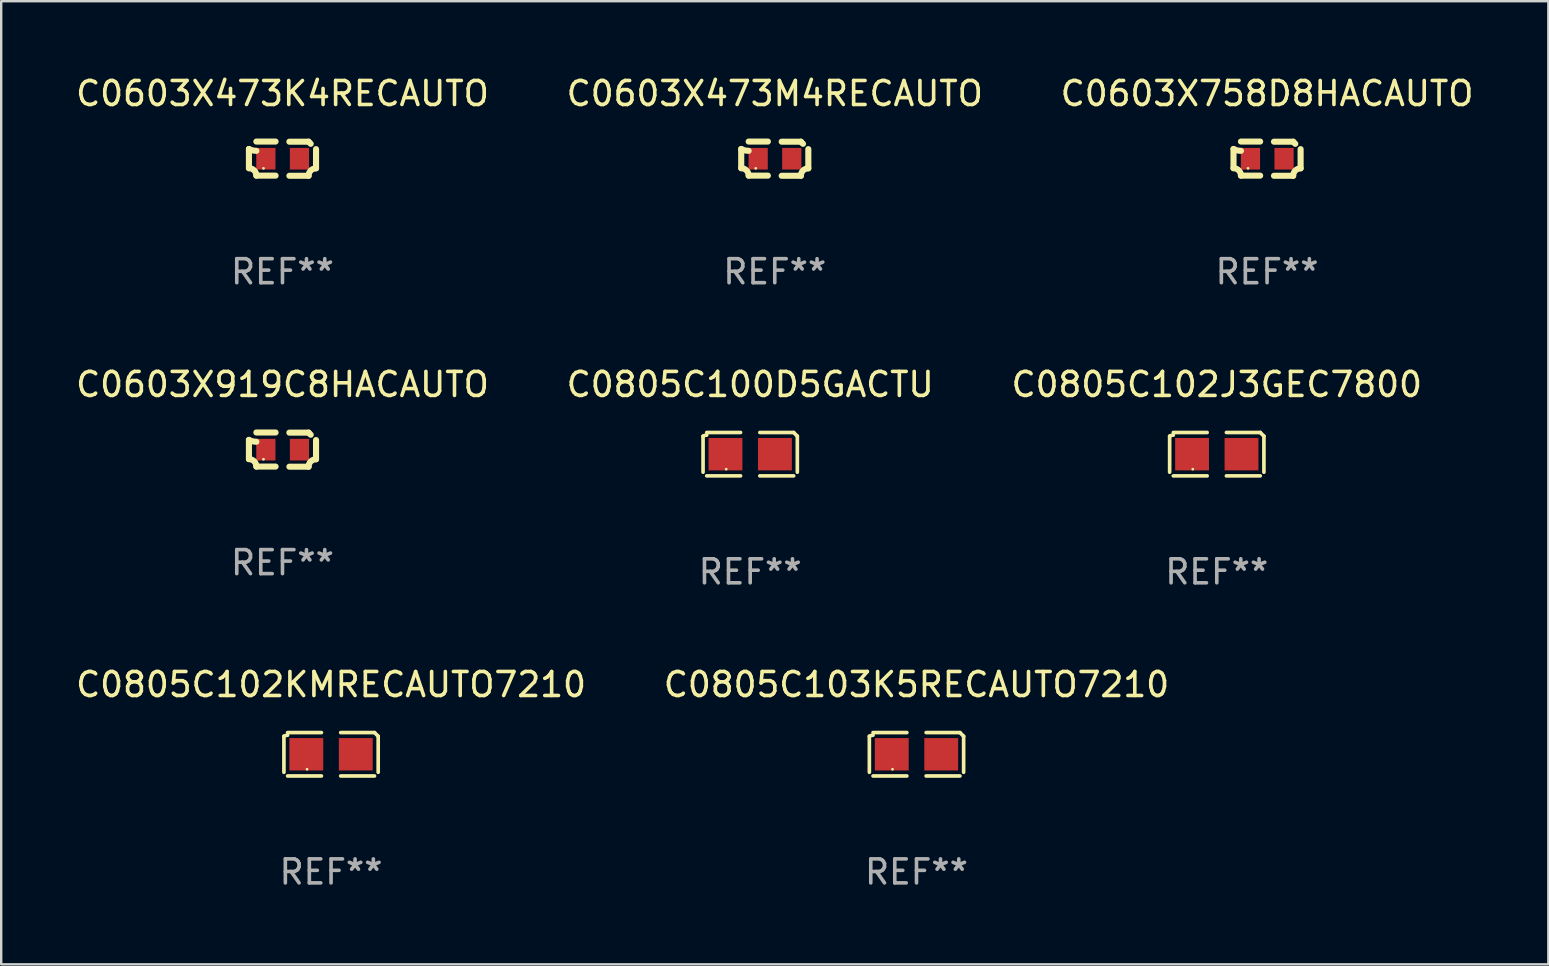
<source format=kicad_pcb>
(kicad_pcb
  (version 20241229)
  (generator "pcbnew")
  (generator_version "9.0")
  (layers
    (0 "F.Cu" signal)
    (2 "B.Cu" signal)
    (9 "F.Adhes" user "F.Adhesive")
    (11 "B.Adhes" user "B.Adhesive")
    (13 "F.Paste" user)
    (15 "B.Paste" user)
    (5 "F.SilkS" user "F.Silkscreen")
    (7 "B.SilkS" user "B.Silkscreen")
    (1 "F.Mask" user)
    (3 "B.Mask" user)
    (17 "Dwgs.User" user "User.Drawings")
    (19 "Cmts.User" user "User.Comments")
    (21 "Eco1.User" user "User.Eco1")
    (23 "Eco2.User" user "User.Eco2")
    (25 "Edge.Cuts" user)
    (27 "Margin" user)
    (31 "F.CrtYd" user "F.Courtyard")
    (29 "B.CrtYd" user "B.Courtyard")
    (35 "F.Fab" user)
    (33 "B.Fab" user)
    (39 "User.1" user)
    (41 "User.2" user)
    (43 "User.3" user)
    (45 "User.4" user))
  (footprint "C0805C103K5RECAUTO7210"
    (layer "F.Cu")
    (at 35.137 28.378)
    (property "Reference" "C0805C103K5RECAUTO7210" (at 0 -2.904 0) (layer "F.SilkS") (effects (font (size 1 1) (thickness 0.15))))
    (attr through_hole)
    (fp_line (start -1.964 0.751) (end -1.964 -0.751) (stroke (width 0.152) (type solid)) (layer "F.SilkS"))
    (fp_line (start -1.811 -0.904) (end -0.401 -0.904) (stroke (width 0.152) (type solid)) (layer "F.SilkS"))
    (fp_line (start -0.401 0.904) (end -1.811 0.904) (stroke (width 0.152) (type solid)) (layer "F.SilkS"))
    (fp_line (start 0.401 0.904) (end 1.811 0.904) (stroke (width 0.152) (type solid)) (layer "F.SilkS"))
    (fp_line (start 1.811 -0.904) (end 0.401 -0.904) (stroke (width 0.152) (type solid)) (layer "F.SilkS"))
    (fp_line (start 1.964 0.751) (end 1.964 -0.751) (stroke (width 0.152) (type solid)) (layer "F.SilkS"))
    (fp_arc (start -1.963602 -0.751207) (mid -1.890354 -0.783131) (end -1.811201 -0.794044) (stroke (width 0.1524) (type solid)) (layer "F.SilkS"))
    (fp_arc (start 1.811202 -0.903607) (mid 1.887413 -0.827418) (end 1.963602 -0.751207) (stroke (width 0.1524) (type solid)) (layer "F.SilkS"))
    (fp_circle (center -1 0.625) (end -0.97 0.625) (stroke (width 0.06) (type solid)) (fill no) (layer "F.SilkS"))
    (fp_text user "REF**" (at 0 4.904 0) (layer "F.Fab") (effects (font (size 1 1) (thickness 0.15))))
    (pad "1" smd rect (at -1.03 0) (size 1.41 1.35) (layers "F.Cu" "F.Mask" "F.Paste"))
    (pad "2" smd rect (at 1.03 0) (size 1.41 1.35) (layers "F.Cu" "F.Mask" "F.Paste")))
  (footprint "C0603X758D8HACAUTO"
    (layer "F.Cu")
    (at 49.744 3.561)
    (property "Reference" "C0603X758D8HACAUTO" (at 0 -2.713 0) (layer "F.SilkS") (effects (font (size 1 1) (thickness 0.15))))
    (attr through_hole)
    (fp_line (start -1.398 -0.403) (end -1.398 0.397) (stroke (width 0.254) (type solid)) (layer "F.SilkS"))
    (fp_line (start -0.288 -0.713) (end -1.088 -0.713) (stroke (width 0.254) (type solid)) (layer "F.SilkS"))
    (fp_line (start -0.288 0.707) (end -1.088 0.707) (stroke (width 0.254) (type solid)) (layer "F.SilkS"))
    (fp_line (start 0.288 -0.707) (end 1.088 -0.707) (stroke (width 0.254) (type solid)) (layer "F.SilkS"))
    (fp_line (start 0.288 0.713) (end 1.088 0.713) (stroke (width 0.254) (type solid)) (layer "F.SilkS"))
    (fp_line (start 1.398 -0.397) (end 1.398 0.403) (stroke (width 0.254) (type solid)) (layer "F.SilkS"))
    (fp_arc (start -1.397789 0.397066) (mid -1.178701 0.487826) (end -1.08796 0.706922) (stroke (width 0.254001) (type solid)) (layer "F.SilkS"))
    (fp_arc (start -1.08796 -0.327176) (mid -1.247436 -0.346384) (end -1.39779 -0.402908) (stroke (width 0.254001) (type solid)) (layer "F.SilkS"))
    (fp_arc (start 1.087909 0.712738) (mid 1.178656 0.493655) (end 1.397739 0.402908) (stroke (width 0.254001) (type solid)) (layer "F.SilkS"))
    (fp_arc (start 1.175925 -0.618926) (mid 1.131917 -0.662923) (end 1.08791 -0.706922) (stroke (width 0.254001) (type solid)) (layer "F.SilkS"))
    (fp_circle (center -0.792 0.403) (end -0.762 0.403) (stroke (width 0.06) (type solid)) (fill no) (layer "F.SilkS"))
    (fp_text user "REF**" (at 0 4.713 0) (layer "F.Fab") (effects (font (size 1 1) (thickness 0.15))))
    (pad "1" smd rect (at -0.692 0.003) (size 0.8 0.9) (layers "F.Cu" "F.Mask" "F.Paste"))
    (pad "2" smd rect (at 0.708 0.003) (size 0.8 0.9) (layers "F.Cu" "F.Mask" "F.Paste")))
  (footprint "C0603X473M4RECAUTO"
    (layer "F.Cu")
    (at 29.232 3.561)
    (property "Reference" "C0603X473M4RECAUTO" (at 0 -2.713 0) (layer "F.SilkS") (effects (font (size 1 1) (thickness 0.15))))
    (attr through_hole)
    (fp_line (start -1.398 -0.403) (end -1.398 0.397) (stroke (width 0.254) (type solid)) (layer "F.SilkS"))
    (fp_line (start -0.288 -0.713) (end -1.088 -0.713) (stroke (width 0.254) (type solid)) (layer "F.SilkS"))
    (fp_line (start -0.288 0.707) (end -1.088 0.707) (stroke (width 0.254) (type solid)) (layer "F.SilkS"))
    (fp_line (start 0.288 -0.707) (end 1.088 -0.707) (stroke (width 0.254) (type solid)) (layer "F.SilkS"))
    (fp_line (start 0.288 0.713) (end 1.088 0.713) (stroke (width 0.254) (type solid)) (layer "F.SilkS"))
    (fp_line (start 1.398 -0.397) (end 1.398 0.403) (stroke (width 0.254) (type solid)) (layer "F.SilkS"))
    (fp_arc (start -1.397789 0.397066) (mid -1.178701 0.487826) (end -1.08796 0.706922) (stroke (width 0.254001) (type solid)) (layer "F.SilkS"))
    (fp_arc (start -1.08796 -0.327176) (mid -1.247436 -0.346384) (end -1.39779 -0.402908) (stroke (width 0.254001) (type solid)) (layer "F.SilkS"))
    (fp_arc (start 1.087909 0.712738) (mid 1.178656 0.493655) (end 1.397739 0.402908) (stroke (width 0.254001) (type solid)) (layer "F.SilkS"))
    (fp_arc (start 1.175925 -0.618926) (mid 1.131917 -0.662923) (end 1.08791 -0.706922) (stroke (width 0.254001) (type solid)) (layer "F.SilkS"))
    (fp_circle (center -0.792 0.403) (end -0.762 0.403) (stroke (width 0.06) (type solid)) (fill no) (layer "F.SilkS"))
    (fp_text user "REF**" (at 0 4.713 0) (layer "F.Fab") (effects (font (size 1 1) (thickness 0.15))))
    (pad "1" smd rect (at -0.692 0.003) (size 0.8 0.9) (layers "F.Cu" "F.Mask" "F.Paste"))
    (pad "2" smd rect (at 0.708 0.003) (size 0.8 0.9) (layers "F.Cu" "F.Mask" "F.Paste")))
  (footprint "C0805C102J3GEC7800"
    (layer "F.Cu")
    (at 47.649 15.874)
    (property "Reference" "C0805C102J3GEC7800" (at 0 -2.904 0) (layer "F.SilkS") (effects (font (size 1 1) (thickness 0.15))))
    (attr through_hole)
    (fp_line (start -1.964 0.751) (end -1.964 -0.751) (stroke (width 0.152) (type solid)) (layer "F.SilkS"))
    (fp_line (start -1.811 -0.904) (end -0.401 -0.904) (stroke (width 0.152) (type solid)) (layer "F.SilkS"))
    (fp_line (start -0.401 0.904) (end -1.811 0.904) (stroke (width 0.152) (type solid)) (layer "F.SilkS"))
    (fp_line (start 0.401 0.904) (end 1.811 0.904) (stroke (width 0.152) (type solid)) (layer "F.SilkS"))
    (fp_line (start 1.811 -0.904) (end 0.401 -0.904) (stroke (width 0.152) (type solid)) (layer "F.SilkS"))
    (fp_line (start 1.964 0.751) (end 1.964 -0.751) (stroke (width 0.152) (type solid)) (layer "F.SilkS"))
    (fp_arc (start -1.963602 -0.751207) (mid -1.890354 -0.783131) (end -1.811201 -0.794044) (stroke (width 0.1524) (type solid)) (layer "F.SilkS"))
    (fp_arc (start 1.811202 -0.903607) (mid 1.887413 -0.827418) (end 1.963602 -0.751207) (stroke (width 0.1524) (type solid)) (layer "F.SilkS"))
    (fp_circle (center -1 0.625) (end -0.97 0.625) (stroke (width 0.06) (type solid)) (fill no) (layer "F.SilkS"))
    (fp_text user "REF**" (at 0 4.904 0) (layer "F.Fab") (effects (font (size 1 1) (thickness 0.15))))
    (pad "1" smd rect (at -1.03 0) (size 1.41 1.35) (layers "F.Cu" "F.Mask" "F.Paste"))
    (pad "2" smd rect (at 1.03 0) (size 1.41 1.35) (layers "F.Cu" "F.Mask" "F.Paste")))
  (footprint "C0805C102KMRECAUTO7210"
    (layer "F.Cu")
    (at 10.744 28.378)
    (property "Reference" "C0805C102KMRECAUTO7210" (at 0 -2.904 0) (layer "F.SilkS") (effects (font (size 1 1) (thickness 0.15))))
    (attr through_hole)
    (fp_line (start -1.964 0.751) (end -1.964 -0.751) (stroke (width 0.152) (type solid)) (layer "F.SilkS"))
    (fp_line (start -1.811 -0.904) (end -0.401 -0.904) (stroke (width 0.152) (type solid)) (layer "F.SilkS"))
    (fp_line (start -0.401 0.904) (end -1.811 0.904) (stroke (width 0.152) (type solid)) (layer "F.SilkS"))
    (fp_line (start 0.401 0.904) (end 1.811 0.904) (stroke (width 0.152) (type solid)) (layer "F.SilkS"))
    (fp_line (start 1.811 -0.904) (end 0.401 -0.904) (stroke (width 0.152) (type solid)) (layer "F.SilkS"))
    (fp_line (start 1.964 0.751) (end 1.964 -0.751) (stroke (width 0.152) (type solid)) (layer "F.SilkS"))
    (fp_arc (start -1.963602 -0.751207) (mid -1.890354 -0.783131) (end -1.811201 -0.794044) (stroke (width 0.1524) (type solid)) (layer "F.SilkS"))
    (fp_arc (start 1.811202 -0.903607) (mid 1.887413 -0.827418) (end 1.963602 -0.751207) (stroke (width 0.1524) (type solid)) (layer "F.SilkS"))
    (fp_circle (center -1 0.625) (end -0.97 0.625) (stroke (width 0.06) (type solid)) (fill no) (layer "F.SilkS"))
    (fp_text user "REF**" (at 0 4.904 0) (layer "F.Fab") (effects (font (size 1 1) (thickness 0.15))))
    (pad "1" smd rect (at -1.03 0) (size 1.41 1.35) (layers "F.Cu" "F.Mask" "F.Paste"))
    (pad "2" smd rect (at 1.03 0) (size 1.41 1.35) (layers "F.Cu" "F.Mask" "F.Paste")))
  (footprint "C0603X473K4RECAUTO"
    (layer "F.Cu")
    (at 8.72 3.561)
    (property "Reference" "C0603X473K4RECAUTO" (at 0 -2.713 0) (layer "F.SilkS") (effects (font (size 1 1) (thickness 0.15))))
    (attr through_hole)
    (fp_line (start -1.398 -0.403) (end -1.398 0.397) (stroke (width 0.254) (type solid)) (layer "F.SilkS"))
    (fp_line (start -0.288 -0.713) (end -1.088 -0.713) (stroke (width 0.254) (type solid)) (layer "F.SilkS"))
    (fp_line (start -0.288 0.707) (end -1.088 0.707) (stroke (width 0.254) (type solid)) (layer "F.SilkS"))
    (fp_line (start 0.288 -0.707) (end 1.088 -0.707) (stroke (width 0.254) (type solid)) (layer "F.SilkS"))
    (fp_line (start 0.288 0.713) (end 1.088 0.713) (stroke (width 0.254) (type solid)) (layer "F.SilkS"))
    (fp_line (start 1.398 -0.397) (end 1.398 0.403) (stroke (width 0.254) (type solid)) (layer "F.SilkS"))
    (fp_arc (start -1.397789 0.397066) (mid -1.178701 0.487826) (end -1.08796 0.706922) (stroke (width 0.254001) (type solid)) (layer "F.SilkS"))
    (fp_arc (start -1.08796 -0.327176) (mid -1.247436 -0.346384) (end -1.39779 -0.402908) (stroke (width 0.254001) (type solid)) (layer "F.SilkS"))
    (fp_arc (start 1.087909 0.712738) (mid 1.178656 0.493655) (end 1.397739 0.402908) (stroke (width 0.254001) (type solid)) (layer "F.SilkS"))
    (fp_arc (start 1.175925 -0.618926) (mid 1.131917 -0.662923) (end 1.08791 -0.706922) (stroke (width 0.254001) (type solid)) (layer "F.SilkS"))
    (fp_circle (center -0.792 0.403) (end -0.762 0.403) (stroke (width 0.06) (type solid)) (fill no) (layer "F.SilkS"))
    (fp_text user "REF**" (at 0 4.713 0) (layer "F.Fab") (effects (font (size 1 1) (thickness 0.15))))
    (pad "1" smd rect (at -0.692 0.003) (size 0.8 0.9) (layers "F.Cu" "F.Mask" "F.Paste"))
    (pad "2" smd rect (at 0.708 0.003) (size 0.8 0.9) (layers "F.Cu" "F.Mask" "F.Paste")))
  (footprint "C0603X919C8HACAUTO"
    (layer "F.Cu")
    (at 8.72 15.683)
    (property "Reference" "C0603X919C8HACAUTO" (at 0 -2.713 0) (layer "F.SilkS") (effects (font (size 1 1) (thickness 0.15))))
    (attr through_hole)
    (fp_line (start -1.398 -0.403) (end -1.398 0.397) (stroke (width 0.254) (type solid)) (layer "F.SilkS"))
    (fp_line (start -0.288 -0.713) (end -1.088 -0.713) (stroke (width 0.254) (type solid)) (layer "F.SilkS"))
    (fp_line (start -0.288 0.707) (end -1.088 0.707) (stroke (width 0.254) (type solid)) (layer "F.SilkS"))
    (fp_line (start 0.288 -0.707) (end 1.088 -0.707) (stroke (width 0.254) (type solid)) (layer "F.SilkS"))
    (fp_line (start 0.288 0.713) (end 1.088 0.713) (stroke (width 0.254) (type solid)) (layer "F.SilkS"))
    (fp_line (start 1.398 -0.397) (end 1.398 0.403) (stroke (width 0.254) (type solid)) (layer "F.SilkS"))
    (fp_arc (start -1.397789 0.397066) (mid -1.178701 0.487826) (end -1.08796 0.706922) (stroke (width 0.254001) (type solid)) (layer "F.SilkS"))
    (fp_arc (start -1.08796 -0.327176) (mid -1.247436 -0.346384) (end -1.39779 -0.402908) (stroke (width 0.254001) (type solid)) (layer "F.SilkS"))
    (fp_arc (start 1.087909 0.712738) (mid 1.178656 0.493655) (end 1.397739 0.402908) (stroke (width 0.254001) (type solid)) (layer "F.SilkS"))
    (fp_arc (start 1.175925 -0.618926) (mid 1.131917 -0.662923) (end 1.08791 -0.706922) (stroke (width 0.254001) (type solid)) (layer "F.SilkS"))
    (fp_circle (center -0.792 0.403) (end -0.762 0.403) (stroke (width 0.06) (type solid)) (fill no) (layer "F.SilkS"))
    (fp_text user "REF**" (at 0 4.713 0) (layer "F.Fab") (effects (font (size 1 1) (thickness 0.15))))
    (pad "1" smd rect (at -0.692 0.003) (size 0.8 0.9) (layers "F.Cu" "F.Mask" "F.Paste"))
    (pad "2" smd rect (at 0.708 0.003) (size 0.8 0.9) (layers "F.Cu" "F.Mask" "F.Paste")))
  (footprint "C0805C100D5GACTU"
    (layer "F.Cu")
    (at 28.208 15.874)
    (property "Reference" "C0805C100D5GACTU" (at 0 -2.904 0) (layer "F.SilkS") (effects (font (size 1 1) (thickness 0.15))))
    (attr through_hole)
    (fp_line (start -1.964 0.751) (end -1.964 -0.751) (stroke (width 0.152) (type solid)) (layer "F.SilkS"))
    (fp_line (start -1.811 -0.904) (end -0.401 -0.904) (stroke (width 0.152) (type solid)) (layer "F.SilkS"))
    (fp_line (start -0.401 0.904) (end -1.811 0.904) (stroke (width 0.152) (type solid)) (layer "F.SilkS"))
    (fp_line (start 0.401 0.904) (end 1.811 0.904) (stroke (width 0.152) (type solid)) (layer "F.SilkS"))
    (fp_line (start 1.811 -0.904) (end 0.401 -0.904) (stroke (width 0.152) (type solid)) (layer "F.SilkS"))
    (fp_line (start 1.964 0.751) (end 1.964 -0.751) (stroke (width 0.152) (type solid)) (layer "F.SilkS"))
    (fp_arc (start -1.963602 -0.751207) (mid -1.890354 -0.783131) (end -1.811201 -0.794044) (stroke (width 0.1524) (type solid)) (layer "F.SilkS"))
    (fp_arc (start 1.811202 -0.903607) (mid 1.887413 -0.827418) (end 1.963602 -0.751207) (stroke (width 0.1524) (type solid)) (layer "F.SilkS"))
    (fp_circle (center -1 0.625) (end -0.97 0.625) (stroke (width 0.06) (type solid)) (fill no) (layer "F.SilkS"))
    (fp_text user "REF**" (at 0 4.904 0) (layer "F.Fab") (effects (font (size 1 1) (thickness 0.15))))
    (pad "1" smd rect (at -1.03 0) (size 1.41 1.35) (layers "F.Cu" "F.Mask" "F.Paste"))
    (pad "2" smd rect (at 1.03 0) (size 1.41 1.35) (layers "F.Cu" "F.Mask" "F.Paste")))
  (gr_rect
    (start -3 -3)
    (end 61.464 37.129)
    (stroke (width 0.1) (type default))
    (fill no)
    (layer "Edge.Cuts")))
</source>
